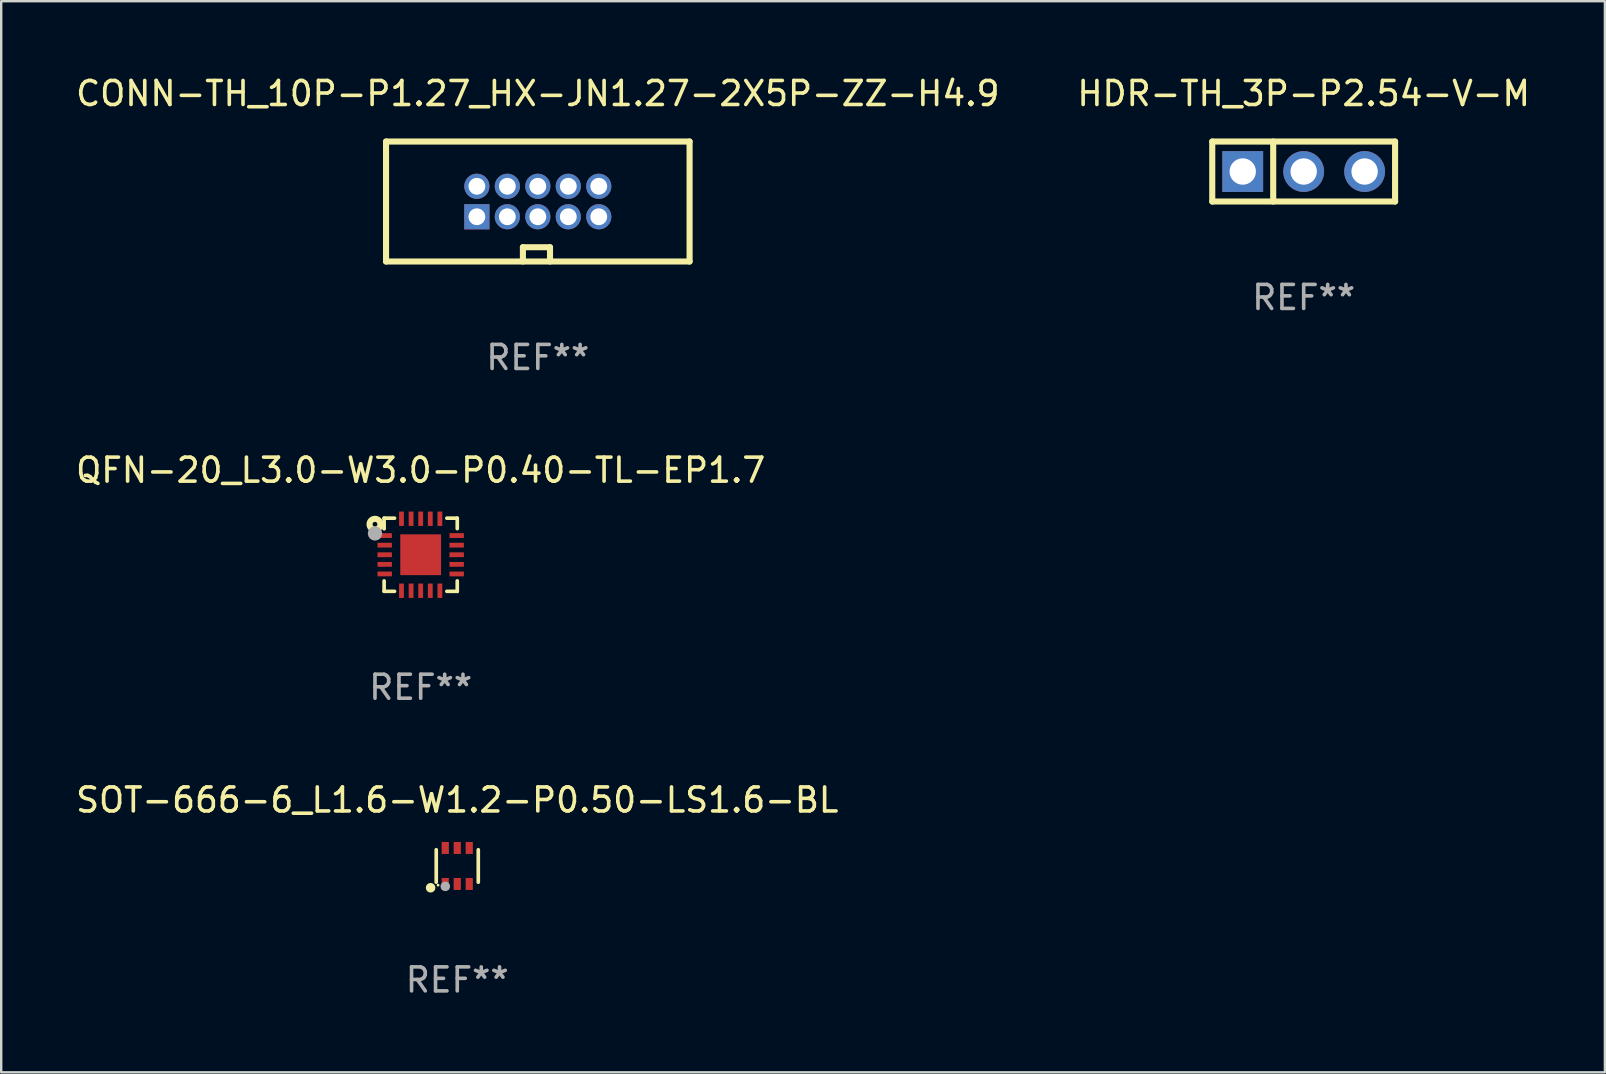
<source format=kicad_pcb>
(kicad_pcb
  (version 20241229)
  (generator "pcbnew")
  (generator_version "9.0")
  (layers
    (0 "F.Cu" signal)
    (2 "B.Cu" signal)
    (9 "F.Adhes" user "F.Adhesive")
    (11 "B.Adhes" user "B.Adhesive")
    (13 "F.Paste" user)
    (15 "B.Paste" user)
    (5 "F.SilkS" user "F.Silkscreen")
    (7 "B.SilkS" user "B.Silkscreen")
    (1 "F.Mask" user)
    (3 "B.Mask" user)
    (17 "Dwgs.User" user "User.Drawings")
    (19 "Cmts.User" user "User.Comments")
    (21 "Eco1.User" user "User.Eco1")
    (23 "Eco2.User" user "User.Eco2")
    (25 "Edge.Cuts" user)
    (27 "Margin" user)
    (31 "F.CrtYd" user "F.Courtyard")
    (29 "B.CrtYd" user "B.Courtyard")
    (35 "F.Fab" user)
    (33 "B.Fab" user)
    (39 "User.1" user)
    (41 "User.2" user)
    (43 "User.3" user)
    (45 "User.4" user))
  (footprint "SOT-666-6_L1.6-W1.2-P0.50-LS1.6-BL"
    (layer "F.Cu")
    (at 16.006 33.039)
    (property "Reference" "SOT-666-6_L1.6-W1.2-P0.50-LS1.6-BL" (at -0.000127 -2.75 0) (layer "F.SilkS") (effects (font (size 1 1) (thickness 0.15))))
    (attr smd)
    (fp_line (start -0.876 0.676) (end -0.876 -0.676) (stroke (width 0.152) (type solid)) (layer "F.SilkS"))
    (fp_line (start 0.876 0.676) (end 0.876 -0.676) (stroke (width 0.152) (type solid)) (layer "F.SilkS"))
    (fp_circle (center -1.111 0.908) (end -1.011 0.908) (stroke (width 0.2) (type solid)) (fill no) (layer "F.SilkS"))
    (fp_circle (center -0.8 0.8) (end -0.77 0.8) (stroke (width 0.06) (type solid)) (fill no) (layer "F.SilkS"))
    (fp_circle (center -0.499 0.85) (end -0.399 0.85) (stroke (width 0.2) (type solid)) (fill no) (layer "F.Fab"))
    (fp_text user "REF**" (at -0.000127 4.75 0) (layer "F.Fab") (effects (font (size 1 1) (thickness 0.15))))
    (pad "1" smd rect (at -0.5 0.75) (size 0.3 0.5) (layers "F.Cu" "F.Mask" "F.Paste"))
    (pad "2" smd rect (at -0.000127 0.75) (size 0.3 0.5) (layers "F.Cu" "F.Mask" "F.Paste"))
    (pad "3" smd rect (at 0.5 0.75) (size 0.3 0.5) (layers "F.Cu" "F.Mask" "F.Paste"))
    (pad "4" smd rect (at 0.5 -0.75) (size 0.3 0.5) (layers "F.Cu" "F.Mask" "F.Paste"))
    (pad "5" smd rect (at -0.000127 -0.75) (size 0.3 0.5) (layers "F.Cu" "F.Mask" "F.Paste"))
    (pad "6" smd rect (at -0.5 -0.75) (size 0.3 0.5) (layers "F.Cu" "F.Mask" "F.Paste")))
  (footprint "CONN-TH_10P-P1.27_HX-JN1.27-2X5P-ZZ-H4.9"
    (layer "F.Cu")
    (at 19.363 5.348)
    (property "Reference" "CONN-TH_10P-P1.27_HX-JN1.27-2X5P-ZZ-H4.9" (at 0.000025 -4.5 0) (layer "F.SilkS") (effects (font (size 1 1) (thickness 0.15))))
    (attr through_hole)
    (fp_line (start -6.325 -2.5) (end 6.325 -2.5) (stroke (width 0.254) (type solid)) (layer "F.SilkS"))
    (fp_line (start -6.325 2.5) (end -6.325 -2.5) (stroke (width 0.254) (type solid)) (layer "F.SilkS"))
    (fp_line (start -0.621 1.905) (end 0.508 1.905) (stroke (width 0.254) (type solid)) (layer "F.SilkS"))
    (fp_line (start -0.621 2.5) (end -0.621 1.905) (stroke (width 0.254) (type solid)) (layer "F.SilkS"))
    (fp_line (start 0.508 1.905) (end 0.508 2.5) (stroke (width 0.254) (type solid)) (layer "F.SilkS"))
    (fp_line (start 6.325 -2.5) (end 6.325 2.5) (stroke (width 0.254) (type solid)) (layer "F.SilkS"))
    (fp_line (start 6.325 2.5) (end -6.325 2.5) (stroke (width 0.254) (type solid)) (layer "F.SilkS"))
    (fp_circle (center -6.275 2.5) (end -6.245 2.5) (stroke (width 0.06) (type solid)) (fill no) (layer "F.SilkS"))
    (fp_text user "REF**" (at 0.000025 6.5 0) (layer "F.Fab") (effects (font (size 1 1) (thickness 0.15))))
    (pad "1" thru_hole rect (at -2.54 0.635) (size 1.05 1.05) (drill 0.7) (layers "*.Cu" "*.Mask"))
    (pad "2" thru_hole circle (at -2.54 -0.635) (size 1.05 1.05) (drill 0.7) (layers "*.Cu" "*.Mask"))
    (pad "3" thru_hole circle (at -1.27 0.635) (size 1.05 1.05) (drill 0.7) (layers "*.Cu" "*.Mask"))
    (pad "4" thru_hole circle (at -1.27 -0.635) (size 1.05 1.05) (drill 0.7) (layers "*.Cu" "*.Mask"))
    (pad "5" thru_hole circle (at 0 0.635) (size 1.05 1.05) (drill 0.7) (layers "*.Cu" "*.Mask"))
    (pad "6" thru_hole circle (at 0 -0.635) (size 1.05 1.05) (drill 0.7) (layers "*.Cu" "*.Mask"))
    (pad "7" thru_hole circle (at 1.27 0.635) (size 1.05 1.05) (drill 0.7) (layers "*.Cu" "*.Mask"))
    (pad "8" thru_hole circle (at 1.27 -0.635) (size 1.05 1.05) (drill 0.7) (layers "*.Cu" "*.Mask"))
    (pad "9" thru_hole circle (at 2.54 0.635) (size 1.05 1.05) (drill 0.7) (layers "*.Cu" "*.Mask"))
    (pad "10" thru_hole circle (at 2.54 -0.635) (size 1.05 1.05) (drill 0.7) (layers "*.Cu" "*.Mask")))
  (footprint "HDR-TH_3P-P2.54-V-M"
    (layer "F.Cu")
    (at 51.28 4.098)
    (property "Reference" "HDR-TH_3P-P2.54-V-M" (at 0 -3.25 0) (layer "F.SilkS") (effects (font (size 1 1) (thickness 0.15))))
    (attr through_hole)
    (fp_line (start -3.81 -1.25) (end 3.809 -1.25) (stroke (width 0.254) (type solid)) (layer "F.SilkS"))
    (fp_line (start -3.81 1.25) (end -3.81 -1.25) (stroke (width 0.254) (type solid)) (layer "F.SilkS"))
    (fp_line (start -1.27 -1.25) (end -1.27 1.25) (stroke (width 0.254) (type solid)) (layer "F.SilkS"))
    (fp_line (start 3.809 -1.25) (end 3.809 1.25) (stroke (width 0.254) (type solid)) (layer "F.SilkS"))
    (fp_line (start 3.81 1.25) (end -3.81 1.25) (stroke (width 0.254) (type solid)) (layer "F.SilkS"))
    (fp_circle (center -3.81 1.25) (end -3.78 1.25) (stroke (width 0.06) (type solid)) (fill no) (layer "F.SilkS"))
    (fp_text user "REF**" (at 0 5.25 0) (layer "F.Fab") (effects (font (size 1 1) (thickness 0.15))))
    (pad "1" thru_hole rect (at -2.54 0) (size 1.7 1.7) (drill 1.1) (layers "*.Cu" "*.Mask"))
    (pad "2" thru_hole circle (at 0 0) (size 1.7 1.7) (drill 1.1) (layers "*.Cu" "*.Mask"))
    (pad "3" thru_hole circle (at 2.54 0) (size 1.7 1.7) (drill 1.1) (layers "*.Cu" "*.Mask")))
  (footprint "QFN-20_L3.0-W3.0-P0.40-TL-EP1.7"
    (layer "F.Cu")
    (at 14.482 20.069)
    (property "Reference" "QFN-20_L3.0-W3.0-P0.40-TL-EP1.7" (at 0 -3.524 0) (layer "F.SilkS") (effects (font (size 1 1) (thickness 0.15))))
    (attr smd)
    (fp_line (start -1.524 -1.524) (end -1.09 -1.524) (stroke (width 0.152) (type solid)) (layer "F.SilkS"))
    (fp_line (start -1.524 -1.09) (end -1.524 -1.524) (stroke (width 0.152) (type solid)) (layer "F.SilkS"))
    (fp_line (start -1.524 -1.09) (end -1.524 -1.143) (stroke (width 0.152) (type solid)) (layer "F.SilkS"))
    (fp_line (start -1.524 1.524) (end -1.524 1.09) (stroke (width 0.152) (type solid)) (layer "F.SilkS"))
    (fp_line (start -1.09 1.524) (end -1.524 1.524) (stroke (width 0.152) (type solid)) (layer "F.SilkS"))
    (fp_line (start 1.09 -1.524) (end 1.524 -1.524) (stroke (width 0.152) (type solid)) (layer "F.SilkS"))
    (fp_line (start 1.524 -1.524) (end 1.524 -1.09) (stroke (width 0.152) (type solid)) (layer "F.SilkS"))
    (fp_line (start 1.524 1.09) (end 1.524 1.524) (stroke (width 0.152) (type solid)) (layer "F.SilkS"))
    (fp_line (start 1.524 1.524) (end 1.09 1.524) (stroke (width 0.152) (type solid)) (layer "F.SilkS"))
    (fp_circle (center -1.905 -1.27) (end -1.805 -1.27) (stroke (width 0.254) (type solid)) (fill no) (layer "F.SilkS"))
    (fp_circle (center -1.5 -1.5) (end -1.47 -1.5) (stroke (width 0.06) (type solid)) (fill no) (layer "F.SilkS"))
    (fp_circle (center -1.905 -0.889) (end -1.755 -0.889) (stroke (width 0.3) (type solid)) (fill no) (layer "F.Fab"))
    (fp_text user "REF**" (at 0 5.524 0) (layer "F.Fab") (effects (font (size 1 1) (thickness 0.15))))
    (pad "1" smd rect (at -1.5 -0.8) (size 0.6 0.2) (layers "F.Cu" "F.Mask" "F.Paste"))
    (pad "2" smd rect (at -1.5 -0.4) (size 0.6 0.2) (layers "F.Cu" "F.Mask" "F.Paste"))
    (pad "3" smd rect (at -1.5 -0.000203) (size 0.6 0.2) (layers "F.Cu" "F.Mask" "F.Paste"))
    (pad "4" smd rect (at -1.5 0.4) (size 0.6 0.2) (layers "F.Cu" "F.Mask" "F.Paste"))
    (pad "5" smd rect (at -1.5 0.8) (size 0.6 0.2) (layers "F.Cu" "F.Mask" "F.Paste"))
    (pad "6" smd rect (at -0.8 1.5) (size 0.2 0.6) (layers "F.Cu" "F.Mask" "F.Paste"))
    (pad "7" smd rect (at -0.4 1.5) (size 0.2 0.6) (layers "F.Cu" "F.Mask" "F.Paste"))
    (pad "8" smd rect (at -0.000178 1.5) (size 0.2 0.6) (layers "F.Cu" "F.Mask" "F.Paste"))
    (pad "9" smd rect (at 0.4 1.5) (size 0.2 0.6) (layers "F.Cu" "F.Mask" "F.Paste"))
    (pad "10" smd rect (at 0.8 1.5) (size 0.2 0.6) (layers "F.Cu" "F.Mask" "F.Paste"))
    (pad "11" smd rect (at 1.5 0.8) (size 0.6 0.2) (layers "F.Cu" "F.Mask" "F.Paste"))
    (pad "12" smd rect (at 1.5 0.4) (size 0.6 0.2) (layers "F.Cu" "F.Mask" "F.Paste"))
    (pad "13" smd rect (at 1.5 -0.000203) (size 0.6 0.2) (layers "F.Cu" "F.Mask" "F.Paste"))
    (pad "14" smd rect (at 1.5 -0.4) (size 0.6 0.2) (layers "F.Cu" "F.Mask" "F.Paste"))
    (pad "15" smd rect (at 1.5 -0.8) (size 0.6 0.2) (layers "F.Cu" "F.Mask" "F.Paste"))
    (pad "16" smd rect (at 0.8 -1.5) (size 0.2 0.6) (layers "F.Cu" "F.Mask" "F.Paste"))
    (pad "17" smd rect (at 0.4 -1.5) (size 0.2 0.6) (layers "F.Cu" "F.Mask" "F.Paste"))
    (pad "18" smd rect (at 0.000076 -1.5) (size 0.2 0.6) (layers "F.Cu" "F.Mask" "F.Paste"))
    (pad "19" smd rect (at -0.4 -1.5) (size 0.2 0.6) (layers "F.Cu" "F.Mask" "F.Paste"))
    (pad "20" smd rect (at -0.8 -1.5) (size 0.2 0.6) (layers "F.Cu" "F.Mask" "F.Paste"))
    (pad "21" smd rect (at -0.000178 -0.000203 180) (size 1.7 1.7) (layers "F.Cu" "F.Mask" "F.Paste")))
  (gr_rect
    (start -3 -3)
    (end 63.833 41.638)
    (stroke (width 0.1) (type default))
    (fill no)
    (layer "Edge.Cuts")))
</source>
